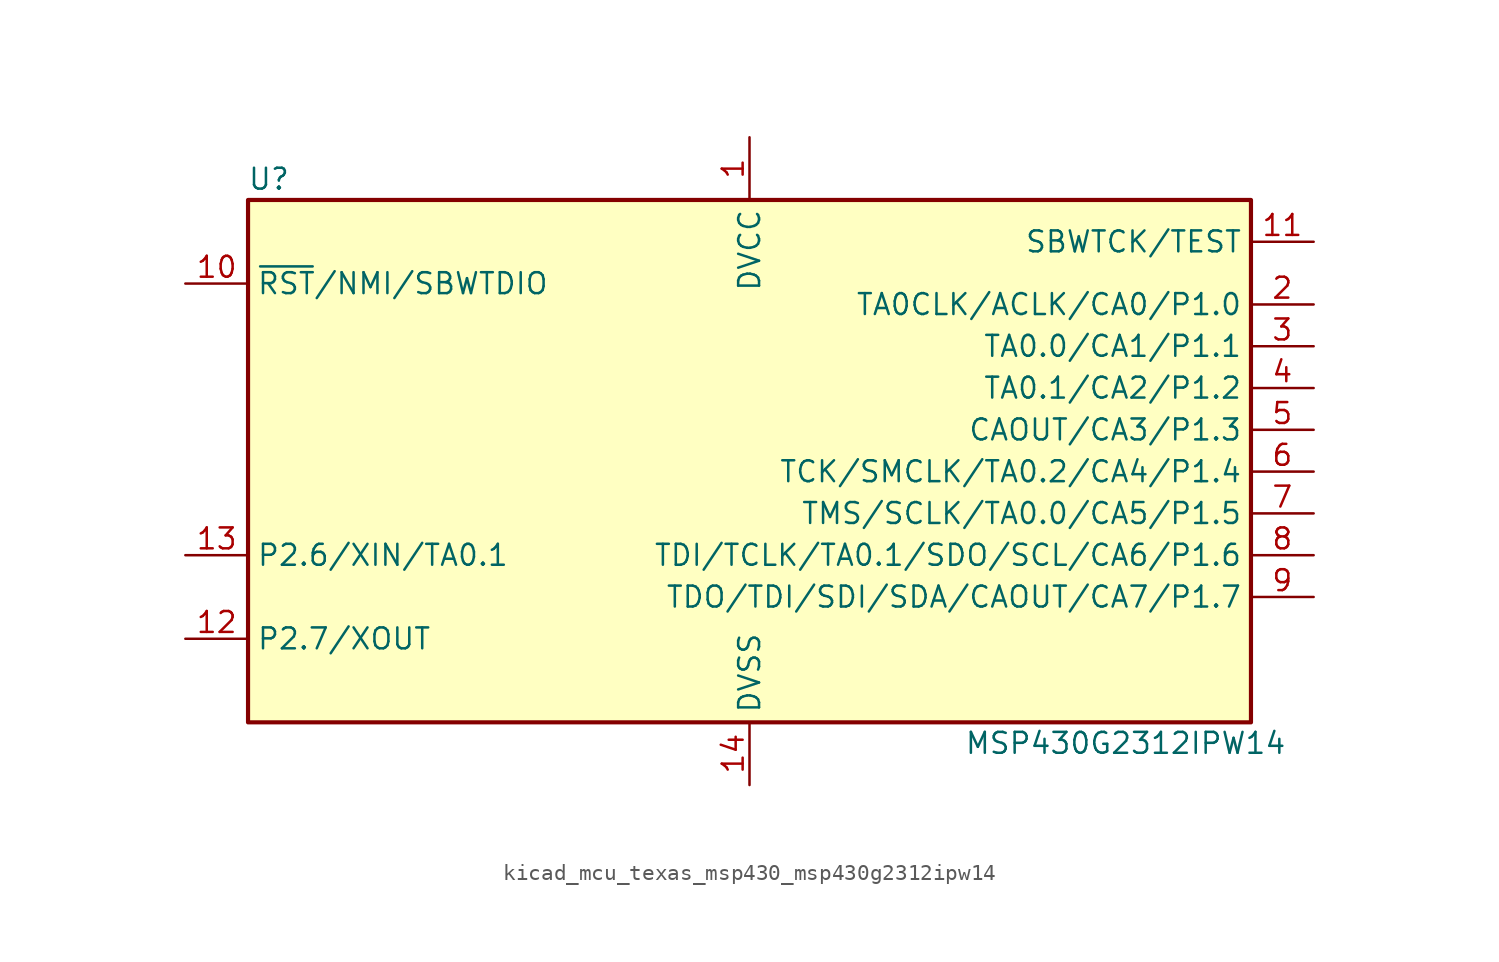
<source format=kicad_sym>
(kicad_symbol_lib
  (version 20220914)
  (generator kicad_symbol_editor)
  (symbol "kicad_mcu_texas_msp430_msp430g2312ipw14"
    (property "Reference" "U"
      (at -29.21 17.78 0)
      (effects (font (size 1.27 1.27))))
    (property "Value" "MSP430G2312IPW14"
      (at 22.86 -16.51 0)
      (effects (font (size 1.27 1.27))))
    (symbol "kicad_mcu_texas_msp430_msp430g2312ipw14_0_1"
      (rectangle (start -30.48 16.51) (end 30.48 -15.24) (stroke (width 0.254) (type default)) (fill (type background))))
    (symbol "kicad_mcu_texas_msp430_msp430g2312ipw14_1_1"
      (pin power_in line (at 0 20.32 270) (length 3.81) (name "DVCC" (effects (font (size 1.27 1.27)))) (number "1" (effects (font (size 1.27 1.27)))))
      (pin input line (at -34.29 11.43 0) (length 3.81) (name "~{RST}/NMI/SBWTDIO" (effects (font (size 1.27 1.27)))) (number "10" (effects (font (size 1.27 1.27)))))
      (pin input line (at 34.29 13.97 180) (length 3.81) (name "SBWTCK/TEST" (effects (font (size 1.27 1.27)))) (number "11" (effects (font (size 1.27 1.27)))))
      (pin bidirectional line (at -34.29 -10.16 0) (length 3.81) (name "P2.7/XOUT" (effects (font (size 1.27 1.27)))) (number "12" (effects (font (size 1.27 1.27)))))
      (pin bidirectional line (at -34.29 -5.08 0) (length 3.81) (name "P2.6/XIN/TA0.1" (effects (font (size 1.27 1.27)))) (number "13" (effects (font (size 1.27 1.27)))))
      (pin power_in line (at 0 -19.05 90) (length 3.81) (name "DVSS" (effects (font (size 1.27 1.27)))) (number "14" (effects (font (size 1.27 1.27)))))
      (pin bidirectional line (at 34.29 10.16 180) (length 3.81) (name "TA0CLK/ACLK/CA0/P1.0" (effects (font (size 1.27 1.27)))) (number "2" (effects (font (size 1.27 1.27)))))
      (pin bidirectional line (at 34.29 7.62 180) (length 3.81) (name "TA0.0/CA1/P1.1" (effects (font (size 1.27 1.27)))) (number "3" (effects (font (size 1.27 1.27)))))
      (pin bidirectional line (at 34.29 5.08 180) (length 3.81) (name "TA0.1/CA2/P1.2" (effects (font (size 1.27 1.27)))) (number "4" (effects (font (size 1.27 1.27)))))
      (pin bidirectional line (at 34.29 2.54 180) (length 3.81) (name "CAOUT/CA3/P1.3" (effects (font (size 1.27 1.27)))) (number "5" (effects (font (size 1.27 1.27)))))
      (pin bidirectional line (at 34.29 0 180) (length 3.81) (name "TCK/SMCLK/TA0.2/CA4/P1.4" (effects (font (size 1.27 1.27)))) (number "6" (effects (font (size 1.27 1.27)))))
      (pin bidirectional line (at 34.29 -2.54 180) (length 3.81) (name "TMS/SCLK/TA0.0/CA5/P1.5" (effects (font (size 1.27 1.27)))) (number "7" (effects (font (size 1.27 1.27)))))
      (pin bidirectional line (at 34.29 -5.08 180) (length 3.81) (name "TDI/TCLK/TA0.1/SDO/SCL/CA6/P1.6" (effects (font (size 1.27 1.27)))) (number "8" (effects (font (size 1.27 1.27)))))
      (pin bidirectional line (at 34.29 -7.62 180) (length 3.81) (name "TDO/TDI/SDI/SDA/CAOUT/CA7/P1.7" (effects (font (size 1.27 1.27)))) (number "9" (effects (font (size 1.27 1.27))))))))
</source>
